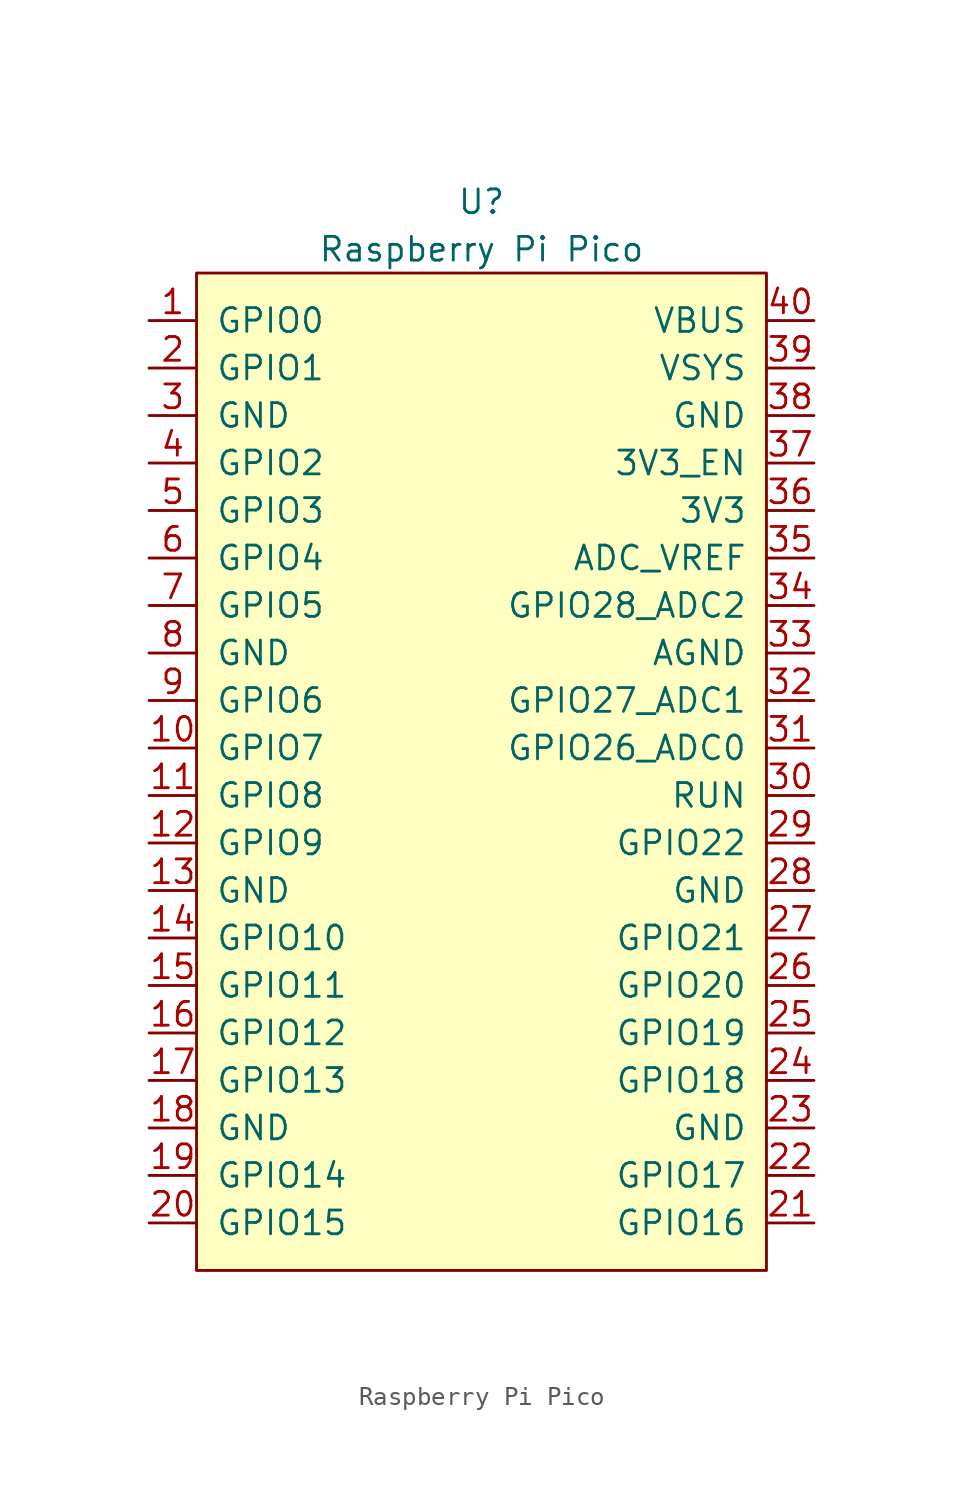
<source format=kicad_sym>
(kicad_symbol_lib
  (version 20211014)
  (generator kicad_symbol_editor)
  (symbol "Raspberry Pi Pico"
    (pin_names
      (offset 1.016))
    (property "Reference" "U"
      (at 0 30.48 0)
      (effects (font (size 1.27 1.27))))
    (property "Value" "Raspberry Pi Pico"
      (at 0 27.94 0)
      (effects (font (size 1.27 1.27))))
    (symbol "Raspberry Pi Pico_0_1"
      (rectangle (start -15.24 26.67) (end 15.24 -26.67) (stroke (width 0) (type default) (color 0 0 0 0)) (fill (type background))))
    (symbol "Raspberry Pi Pico_1_1"
      (pin bidirectional line (at -17.78 24.13 0) (length 2.54) (name "GPIO0" (effects (font (size 1.27 1.27)))) (number "1" (effects (font (size 1.27 1.27)))))
      (pin bidirectional line (at -17.78 1.27 0) (length 2.54) (name "GPIO7" (effects (font (size 1.27 1.27)))) (number "10" (effects (font (size 1.27 1.27)))))
      (pin bidirectional line (at -17.78 -1.27 0) (length 2.54) (name "GPIO8" (effects (font (size 1.27 1.27)))) (number "11" (effects (font (size 1.27 1.27)))))
      (pin bidirectional line (at -17.78 -3.81 0) (length 2.54) (name "GPIO9" (effects (font (size 1.27 1.27)))) (number "12" (effects (font (size 1.27 1.27)))))
      (pin power_in line (at -17.78 -6.35 0) (length 2.54) (name "GND" (effects (font (size 1.27 1.27)))) (number "13" (effects (font (size 1.27 1.27)))))
      (pin bidirectional line (at -17.78 -8.89 0) (length 2.54) (name "GPIO10" (effects (font (size 1.27 1.27)))) (number "14" (effects (font (size 1.27 1.27)))))
      (pin bidirectional line (at -17.78 -11.43 0) (length 2.54) (name "GPIO11" (effects (font (size 1.27 1.27)))) (number "15" (effects (font (size 1.27 1.27)))))
      (pin bidirectional line (at -17.78 -13.97 0) (length 2.54) (name "GPIO12" (effects (font (size 1.27 1.27)))) (number "16" (effects (font (size 1.27 1.27)))))
      (pin bidirectional line (at -17.78 -16.51 0) (length 2.54) (name "GPIO13" (effects (font (size 1.27 1.27)))) (number "17" (effects (font (size 1.27 1.27)))))
      (pin power_in line (at -17.78 -19.05 0) (length 2.54) (name "GND" (effects (font (size 1.27 1.27)))) (number "18" (effects (font (size 1.27 1.27)))))
      (pin bidirectional line (at -17.78 -21.59 0) (length 2.54) (name "GPIO14" (effects (font (size 1.27 1.27)))) (number "19" (effects (font (size 1.27 1.27)))))
      (pin bidirectional line (at -17.78 21.59 0) (length 2.54) (name "GPIO1" (effects (font (size 1.27 1.27)))) (number "2" (effects (font (size 1.27 1.27)))))
      (pin bidirectional line (at -17.78 -24.13 0) (length 2.54) (name "GPIO15" (effects (font (size 1.27 1.27)))) (number "20" (effects (font (size 1.27 1.27)))))
      (pin bidirectional line (at 17.78 -24.13 180) (length 2.54) (name "GPIO16" (effects (font (size 1.27 1.27)))) (number "21" (effects (font (size 1.27 1.27)))))
      (pin bidirectional line (at 17.78 -21.59 180) (length 2.54) (name "GPIO17" (effects (font (size 1.27 1.27)))) (number "22" (effects (font (size 1.27 1.27)))))
      (pin power_in line (at 17.78 -19.05 180) (length 2.54) (name "GND" (effects (font (size 1.27 1.27)))) (number "23" (effects (font (size 1.27 1.27)))))
      (pin bidirectional line (at 17.78 -16.51 180) (length 2.54) (name "GPIO18" (effects (font (size 1.27 1.27)))) (number "24" (effects (font (size 1.27 1.27)))))
      (pin bidirectional line (at 17.78 -13.97 180) (length 2.54) (name "GPIO19" (effects (font (size 1.27 1.27)))) (number "25" (effects (font (size 1.27 1.27)))))
      (pin bidirectional line (at 17.78 -11.43 180) (length 2.54) (name "GPIO20" (effects (font (size 1.27 1.27)))) (number "26" (effects (font (size 1.27 1.27)))))
      (pin bidirectional line (at 17.78 -8.89 180) (length 2.54) (name "GPIO21" (effects (font (size 1.27 1.27)))) (number "27" (effects (font (size 1.27 1.27)))))
      (pin power_in line (at 17.78 -6.35 180) (length 2.54) (name "GND" (effects (font (size 1.27 1.27)))) (number "28" (effects (font (size 1.27 1.27)))))
      (pin bidirectional line (at 17.78 -3.81 180) (length 2.54) (name "GPIO22" (effects (font (size 1.27 1.27)))) (number "29" (effects (font (size 1.27 1.27)))))
      (pin power_in line (at -17.78 19.05 0) (length 2.54) (name "GND" (effects (font (size 1.27 1.27)))) (number "3" (effects (font (size 1.27 1.27)))))
      (pin input line (at 17.78 -1.27 180) (length 2.54) (name "RUN" (effects (font (size 1.27 1.27)))) (number "30" (effects (font (size 1.27 1.27)))))
      (pin bidirectional line (at 17.78 1.27 180) (length 2.54) (name "GPIO26_ADC0" (effects (font (size 1.27 1.27)))) (number "31" (effects (font (size 1.27 1.27)))))
      (pin bidirectional line (at 17.78 3.81 180) (length 2.54) (name "GPIO27_ADC1" (effects (font (size 1.27 1.27)))) (number "32" (effects (font (size 1.27 1.27)))))
      (pin power_in line (at 17.78 6.35 180) (length 2.54) (name "AGND" (effects (font (size 1.27 1.27)))) (number "33" (effects (font (size 1.27 1.27)))))
      (pin bidirectional line (at 17.78 8.89 180) (length 2.54) (name "GPIO28_ADC2" (effects (font (size 1.27 1.27)))) (number "34" (effects (font (size 1.27 1.27)))))
      (pin power_in line (at 17.78 11.43 180) (length 2.54) (name "ADC_VREF" (effects (font (size 1.27 1.27)))) (number "35" (effects (font (size 1.27 1.27)))))
      (pin power_out line (at 17.78 13.97 180) (length 2.54) (name "3V3" (effects (font (size 1.27 1.27)))) (number "36" (effects (font (size 1.27 1.27)))))
      (pin input line (at 17.78 16.51 180) (length 2.54) (name "3V3_EN" (effects (font (size 1.27 1.27)))) (number "37" (effects (font (size 1.27 1.27)))))
      (pin power_out line (at 17.78 19.05 180) (length 2.54) (name "GND" (effects (font (size 1.27 1.27)))) (number "38" (effects (font (size 1.27 1.27)))))
      (pin power_out line (at 17.78 21.59 180) (length 2.54) (name "VSYS" (effects (font (size 1.27 1.27)))) (number "39" (effects (font (size 1.27 1.27)))))
      (pin bidirectional line (at -17.78 16.51 0) (length 2.54) (name "GPIO2" (effects (font (size 1.27 1.27)))) (number "4" (effects (font (size 1.27 1.27)))))
      (pin power_out line (at 17.78 24.13 180) (length 2.54) (name "VBUS" (effects (font (size 1.27 1.27)))) (number "40" (effects (font (size 1.27 1.27)))))
      (pin bidirectional line (at -17.78 13.97 0) (length 2.54) (name "GPIO3" (effects (font (size 1.27 1.27)))) (number "5" (effects (font (size 1.27 1.27)))))
      (pin bidirectional line (at -17.78 11.43 0) (length 2.54) (name "GPIO4" (effects (font (size 1.27 1.27)))) (number "6" (effects (font (size 1.27 1.27)))))
      (pin bidirectional line (at -17.78 8.89 0) (length 2.54) (name "GPIO5" (effects (font (size 1.27 1.27)))) (number "7" (effects (font (size 1.27 1.27)))))
      (pin power_in line (at -17.78 6.35 0) (length 2.54) (name "GND" (effects (font (size 1.27 1.27)))) (number "8" (effects (font (size 1.27 1.27)))))
      (pin bidirectional line (at -17.78 3.81 0) (length 2.54) (name "GPIO6" (effects (font (size 1.27 1.27)))) (number "9" (effects (font (size 1.27 1.27))))))))
</source>
